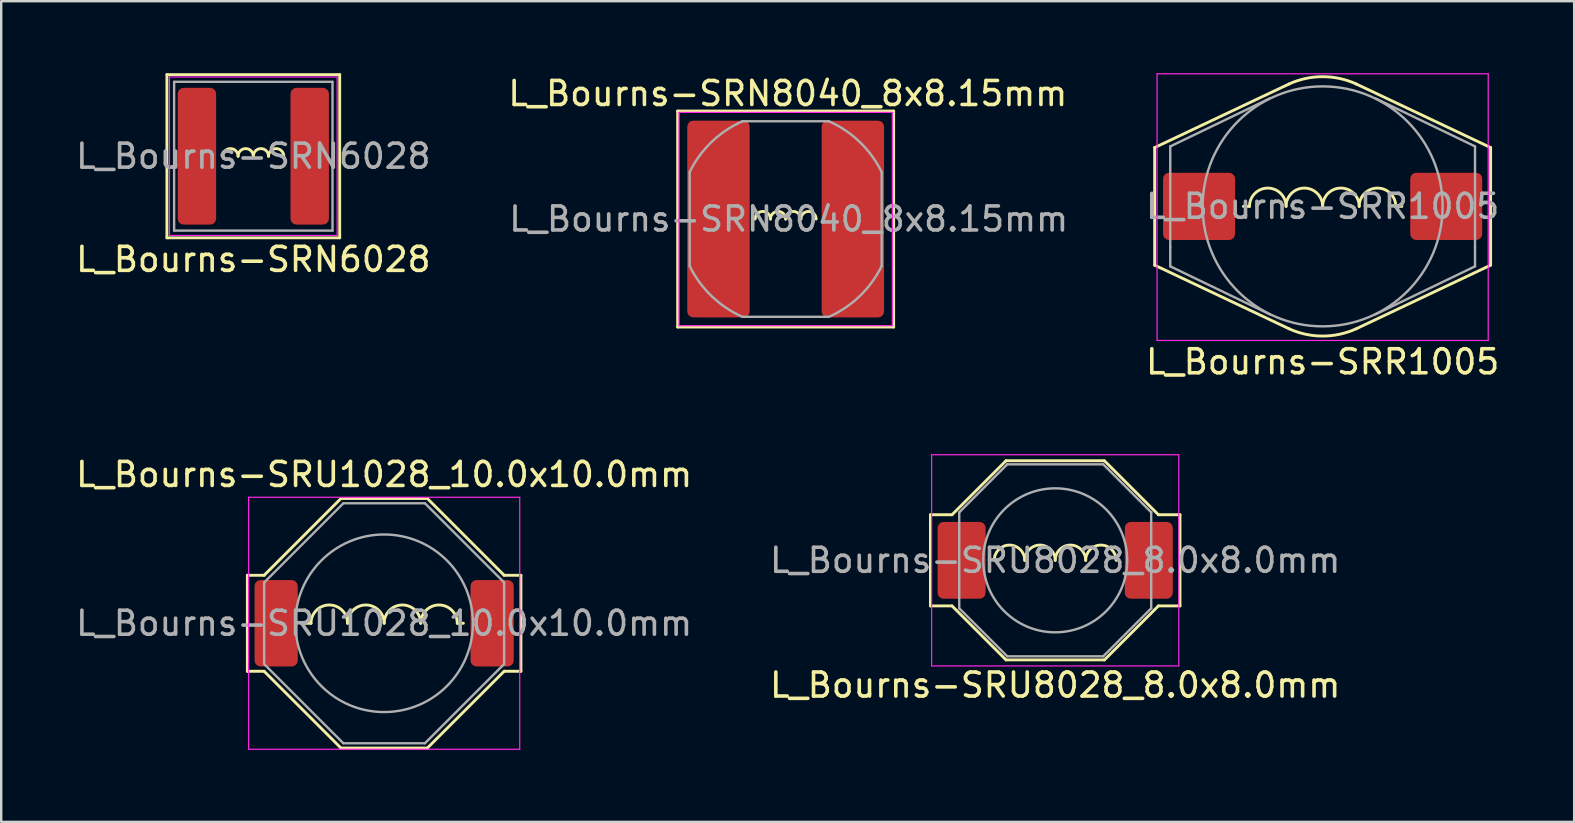
<source format=kicad_pcb>
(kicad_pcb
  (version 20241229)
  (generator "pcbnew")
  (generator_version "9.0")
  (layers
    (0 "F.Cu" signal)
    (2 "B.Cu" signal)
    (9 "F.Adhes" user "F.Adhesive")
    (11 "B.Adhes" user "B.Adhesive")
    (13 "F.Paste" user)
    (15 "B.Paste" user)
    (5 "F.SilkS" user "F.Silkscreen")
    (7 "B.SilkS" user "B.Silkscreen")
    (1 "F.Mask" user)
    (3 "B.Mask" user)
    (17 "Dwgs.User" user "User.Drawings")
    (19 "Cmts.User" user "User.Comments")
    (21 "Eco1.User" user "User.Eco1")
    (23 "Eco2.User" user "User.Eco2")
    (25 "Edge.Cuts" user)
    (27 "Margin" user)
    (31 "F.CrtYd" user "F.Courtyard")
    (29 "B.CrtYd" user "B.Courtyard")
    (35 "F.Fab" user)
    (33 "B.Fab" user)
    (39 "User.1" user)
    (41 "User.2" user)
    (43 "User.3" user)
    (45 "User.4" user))
  (footprint "L_Bourns-SRU8028_8.0x8.0mm"
    (layer "F.Cu")
    (at 40.923 20.3)
    (property "Reference" "L_Bourns-SRU8028_8.0x8.0mm" (at 0 5.2 0) (layer "F.SilkS") (effects (font (size 1 1) (thickness 0.15))))
    (attr smd)
    (fp_line (start -5.2 -1.9) (end -5.2 1.9) (stroke (width 0.12) (type solid)) (layer "F.SilkS"))
    (fp_line (start -5.2 1.9) (end -4.3 1.9) (stroke (width 0.12) (type solid)) (layer "F.SilkS"))
    (fp_line (start -4.3 -1.9) (end -5.2 -1.9) (stroke (width 0.12) (type solid)) (layer "F.SilkS"))
    (fp_line (start -2.05 -4.15) (end -4.3 -1.9) (stroke (width 0.12) (type solid)) (layer "F.SilkS"))
    (fp_line (start -2.05 -4.15) (end 2.05 -4.15) (stroke (width 0.12) (type solid)) (layer "F.SilkS"))
    (fp_line (start -2.05 4.15) (end -4.3 1.9) (stroke (width 0.12) (type solid)) (layer "F.SilkS"))
    (fp_line (start 2.05 -4.15) (end 4.3 -1.9) (stroke (width 0.12) (type solid)) (layer "F.SilkS"))
    (fp_line (start 2.05 4.15) (end -2.05 4.15) (stroke (width 0.12) (type solid)) (layer "F.SilkS"))
    (fp_line (start 2.05 4.15) (end 4.3 1.9) (stroke (width 0.12) (type solid)) (layer "F.SilkS"))
    (fp_line (start 4.3 -1.9) (end 5.2 -1.9) (stroke (width 0.12) (type solid)) (layer "F.SilkS"))
    (fp_line (start 5.2 -1.9) (end 5.2 1.9) (stroke (width 0.12) (type solid)) (layer "F.SilkS"))
    (fp_line (start 5.2 1.9) (end 4.3 1.9) (stroke (width 0.12) (type solid)) (layer "F.SilkS"))
    (fp_arc (start -2.54 0) (mid -1.905 -0.635) (end -1.27 0) (stroke (width 0.12) (type solid)) (layer "F.SilkS"))
    (fp_arc (start -1.27 0) (mid -0.635 -0.635) (end 0 0) (stroke (width 0.12) (type solid)) (layer "F.SilkS"))
    (fp_arc (start 0 0) (mid 0.635 -0.635) (end 1.27 0) (stroke (width 0.12) (type solid)) (layer "F.SilkS"))
    (fp_arc (start 1.27 0) (mid 1.905 -0.635) (end 2.54 0) (stroke (width 0.12) (type solid)) (layer "F.SilkS"))
    (fp_line (start -5.15 -4.4) (end 5.15 -4.4) (stroke (width 0.05) (type solid)) (layer "F.CrtYd"))
    (fp_line (start -5.15 4.4) (end -5.15 -4.4) (stroke (width 0.05) (type solid)) (layer "F.CrtYd"))
    (fp_line (start 5.15 -4.4) (end 5.15 4.4) (stroke (width 0.05) (type solid)) (layer "F.CrtYd"))
    (fp_line (start 5.15 4.4) (end -5.15 4.4) (stroke (width 0.05) (type solid)) (layer "F.CrtYd"))
    (fp_line (start -4 -2) (end -2 -4) (stroke (width 0.1) (type solid)) (layer "F.Fab"))
    (fp_line (start -4 2) (end -4 -2) (stroke (width 0.1) (type solid)) (layer "F.Fab"))
    (fp_line (start -2 -4) (end 2 -4) (stroke (width 0.1) (type solid)) (layer "F.Fab"))
    (fp_line (start -2 4) (end -4 2) (stroke (width 0.1) (type solid)) (layer "F.Fab"))
    (fp_line (start 2 -4) (end 4 -2) (stroke (width 0.1) (type solid)) (layer "F.Fab"))
    (fp_line (start 2 4) (end -2 4) (stroke (width 0.1) (type solid)) (layer "F.Fab"))
    (fp_line (start 4 -2) (end 4 2) (stroke (width 0.1) (type solid)) (layer "F.Fab"))
    (fp_line (start 4 2) (end 2 4) (stroke (width 0.1) (type solid)) (layer "F.Fab"))
    (fp_circle (center 0 0) (end 0 -3) (stroke (width 0.1) (type solid)) (fill no) (layer "F.Fab"))
    (fp_text user "${REFERENCE}" (at 0 0 0) (layer "F.Fab") (effects (font (size 1 1) (thickness 0.15))))
    (pad "1" smd roundrect (at -3.9 0) (size 2 3.2) (layers "F.Cu" "F.Mask" "F.Paste") (roundrect_rratio 0.125))
    (pad "2" smd roundrect (at 3.9 0) (size 2 3.2) (layers "F.Cu" "F.Mask" "F.Paste") (roundrect_rratio 0.125)))
  (footprint "L_Bourns-SRN6028"
    (layer "F.Cu")
    (at 7.506 3.46)
    (property "Reference" "L_Bourns-SRN6028" (at 0 4.3 0) (layer "F.SilkS") (effects (font (size 1 1) (thickness 0.15))))
    (attr smd)
    (fp_line (start -3.6 -3.4) (end -3.6 3.4) (stroke (width 0.12) (type solid)) (layer "F.SilkS"))
    (fp_line (start -3.6 3.4) (end 3.6 3.4) (stroke (width 0.12) (type solid)) (layer "F.SilkS"))
    (fp_line (start 3.6 -3.4) (end -3.6 -3.4) (stroke (width 0.12) (type solid)) (layer "F.SilkS"))
    (fp_line (start 3.6 3.4) (end 3.6 -3.4) (stroke (width 0.12) (type solid)) (layer "F.SilkS"))
    (fp_arc (start -1.27 0) (mid -0.9525 -0.3175) (end -0.635 0) (stroke (width 0.12) (type solid)) (layer "F.SilkS"))
    (fp_arc (start -0.635 0) (mid -0.3175 -0.3175) (end 0 0) (stroke (width 0.12) (type solid)) (layer "F.SilkS"))
    (fp_arc (start 0 0) (mid 0.3175 -0.3175) (end 0.635 0) (stroke (width 0.12) (type solid)) (layer "F.SilkS"))
    (fp_arc (start 0.635 0) (mid 0.9525 -0.3175) (end 1.27 0) (stroke (width 0.12) (type solid)) (layer "F.SilkS"))
    (fp_line (start -3.493 -3.3) (end -3.493 3.302) (stroke (width 0.05) (type solid)) (layer "F.CrtYd"))
    (fp_line (start -3.493 -3.3) (end -3.49 -3.302) (stroke (width 0.05) (type solid)) (layer "F.CrtYd"))
    (fp_line (start -3.49 -3.302) (end 3.493 -3.302) (stroke (width 0.05) (type solid)) (layer "F.CrtYd"))
    (fp_line (start 3.493 -3.302) (end 3.493 3.302) (stroke (width 0.05) (type solid)) (layer "F.CrtYd"))
    (fp_line (start 3.493 3.302) (end -3.493 3.302) (stroke (width 0.05) (type solid)) (layer "F.CrtYd"))
    (fp_line (start -3.3 -3.1) (end -3.3 3.1) (stroke (width 0.1) (type solid)) (layer "F.Fab"))
    (fp_line (start -3.3 -3.1) (end 3.3 -3.1) (stroke (width 0.1) (type solid)) (layer "F.Fab"))
    (fp_line (start 3.3 -3.1) (end 3.3 3.1) (stroke (width 0.1) (type solid)) (layer "F.Fab"))
    (fp_line (start 3.3 3.1) (end -3.3 3.1) (stroke (width 0.1) (type solid)) (layer "F.Fab"))
    (fp_text user "${REFERENCE}" (at 0 0 0) (layer "F.Fab") (effects (font (size 1 1) (thickness 0.15))))
    (pad "1" smd roundrect (at -2.35 0) (size 1.6 5.7) (layers "F.Cu" "F.Mask" "F.Paste") (roundrect_rratio 0.156))
    (pad "2" smd roundrect (at 2.35 0) (size 1.6 5.7) (layers "F.Cu" "F.Mask" "F.Paste") (roundrect_rratio 0.156)))
  (footprint "L_Bourns-SRR1005"
    (layer "F.Cu")
    (at 52.067 5.55)
    (property "Reference" "L_Bourns-SRR1005" (at 0 6.477 0) (layer "F.SilkS") (effects (font (size 1 1) (thickness 0.15))))
    (attr smd)
    (fp_line (start -7 -2.45) (end -7 2.45) (stroke (width 0.12) (type solid)) (layer "F.SilkS"))
    (fp_line (start -7 -2.45) (end -1.4 -5.1) (stroke (width 0.12) (type solid)) (layer "F.SilkS"))
    (fp_line (start -7 2.45) (end -1.4 5.1) (stroke (width 0.12) (type solid)) (layer "F.SilkS"))
    (fp_line (start -3.048 0) (end -3.302 0) (stroke (width 0.12) (type solid)) (layer "F.SilkS"))
    (fp_line (start 3.302 0) (end 3.048 0) (stroke (width 0.12) (type solid)) (layer "F.SilkS"))
    (fp_line (start 7 -2.45) (end 1.4 -5.1) (stroke (width 0.12) (type solid)) (layer "F.SilkS"))
    (fp_line (start 7 -2.45) (end 7 2.45) (stroke (width 0.12) (type solid)) (layer "F.SilkS"))
    (fp_line (start 7 2.45) (end 1.4 5.1) (stroke (width 0.12) (type solid)) (layer "F.SilkS"))
    (fp_arc (start -3.048 0) (mid -2.286 -0.762) (end -1.524 0) (stroke (width 0.12) (type solid)) (layer "F.SilkS"))
    (fp_arc (start -1.524 0) (mid -0.762 -0.762) (end 0 0) (stroke (width 0.12) (type solid)) (layer "F.SilkS"))
    (fp_arc (start -1.4 -5.099999) (mid -0.000001 -5.404331) (end 1.399999 -5.099999) (stroke (width 0.12) (type solid)) (layer "F.SilkS"))
    (fp_arc (start 0 0) (mid 0.762 -0.762) (end 1.524 0) (stroke (width 0.12) (type solid)) (layer "F.SilkS"))
    (fp_arc (start 1.4 5.099999) (mid 0.000001 5.404331) (end -1.399999 5.099999) (stroke (width 0.12) (type solid)) (layer "F.SilkS"))
    (fp_arc (start 1.524 0) (mid 2.286 -0.762) (end 3.048 0) (stroke (width 0.12) (type solid)) (layer "F.SilkS"))
    (fp_line (start -6.9 -5.524) (end -6.9 5.588) (stroke (width 0.05) (type solid)) (layer "F.CrtYd"))
    (fp_line (start -6.9 -5.524) (end 6.9 -5.524) (stroke (width 0.05) (type solid)) (layer "F.CrtYd"))
    (fp_line (start -6.9 5.588) (end 6.9 5.588) (stroke (width 0.05) (type solid)) (layer "F.CrtYd"))
    (fp_line (start 6.9 -5.524) (end 6.9 5.588) (stroke (width 0.05) (type solid)) (layer "F.CrtYd"))
    (fp_line (start -6.35 -2.5) (end -2.2 -4.5) (stroke (width 0.1) (type solid)) (layer "F.Fab"))
    (fp_line (start -6.35 1.7) (end -6.35 -2.5) (stroke (width 0.1) (type solid)) (layer "F.Fab"))
    (fp_line (start -6.35 2.5) (end -6.35 1.7) (stroke (width 0.1) (type solid)) (layer "F.Fab"))
    (fp_line (start -6.35 2.5) (end -2.2 4.5) (stroke (width 0.1) (type solid)) (layer "F.Fab"))
    (fp_line (start 6.35 -2.5) (end 2.2 -4.5) (stroke (width 0.1) (type solid)) (layer "F.Fab"))
    (fp_line (start 6.35 1.7) (end 6.35 -2.5) (stroke (width 0.1) (type solid)) (layer "F.Fab"))
    (fp_line (start 6.35 2.5) (end 2.2 4.5) (stroke (width 0.1) (type solid)) (layer "F.Fab"))
    (fp_line (start 6.35 2.5) (end 6.35 1.7) (stroke (width 0.1) (type solid)) (layer "F.Fab"))
    (fp_circle (center 0 0) (end 0 -5) (stroke (width 0.1) (type solid)) (fill no) (layer "F.Fab"))
    (fp_text user "${REFERENCE}" (at 0 0 0) (layer "F.Fab") (effects (font (size 1 1) (thickness 0.15))))
    (pad "1" smd roundrect (at -5.15 0) (size 3 2.8) (layers "F.Cu" "F.Mask" "F.Paste") (roundrect_rratio 0.089))
    (pad "2" smd roundrect (at 5.15 0) (size 3 2.8) (layers "F.Cu" "F.Mask" "F.Paste") (roundrect_rratio 0.089)))
  (footprint "L_Bourns-SRU1028_10.0x10.0mm"
    (layer "F.Cu")
    (at 12.958 22.923)
    (property "Reference" "L_Bourns-SRU1028_10.0x10.0mm" (at 0 -6.2 0) (layer "F.SilkS") (effects (font (size 1 1) (thickness 0.15))))
    (attr smd)
    (fp_line (start -5.7 -2) (end -5.7 2) (stroke (width 0.12) (type solid)) (layer "F.SilkS"))
    (fp_line (start -5.7 2) (end -5 2) (stroke (width 0.12) (type solid)) (layer "F.SilkS"))
    (fp_line (start -5 -2) (end -5.7 -2) (stroke (width 0.12) (type solid)) (layer "F.SilkS"))
    (fp_line (start -3.048 0) (end -3.302 0) (stroke (width 0.12) (type solid)) (layer "F.SilkS"))
    (fp_line (start -1.8 -5.2) (end -5 -2) (stroke (width 0.12) (type solid)) (layer "F.SilkS"))
    (fp_line (start -1.8 -5.2) (end 1.8 -5.2) (stroke (width 0.12) (type solid)) (layer "F.SilkS"))
    (fp_line (start -1.8 5.2) (end -5 2) (stroke (width 0.12) (type solid)) (layer "F.SilkS"))
    (fp_line (start 1.8 -5.2) (end 5 -2) (stroke (width 0.12) (type solid)) (layer "F.SilkS"))
    (fp_line (start 1.8 5.2) (end -1.8 5.2) (stroke (width 0.12) (type solid)) (layer "F.SilkS"))
    (fp_line (start 1.8 5.2) (end 5 2) (stroke (width 0.12) (type solid)) (layer "F.SilkS"))
    (fp_line (start 3.302 0) (end 3.048 0) (stroke (width 0.12) (type solid)) (layer "F.SilkS"))
    (fp_line (start 5 -2) (end 5.7 -2) (stroke (width 0.12) (type solid)) (layer "F.SilkS"))
    (fp_line (start 5.7 -2) (end 5.7 2) (stroke (width 0.12) (type solid)) (layer "F.SilkS"))
    (fp_line (start 5.7 2) (end 5 2) (stroke (width 0.12) (type solid)) (layer "F.SilkS"))
    (fp_arc (start -3.048 0) (mid -2.286 -0.762) (end -1.524 0) (stroke (width 0.12) (type solid)) (layer "F.SilkS"))
    (fp_arc (start -1.524 0) (mid -0.762 -0.762) (end 0 0) (stroke (width 0.12) (type solid)) (layer "F.SilkS"))
    (fp_arc (start 0 0) (mid 0.762 -0.762) (end 1.524 0) (stroke (width 0.12) (type solid)) (layer "F.SilkS"))
    (fp_arc (start 1.524 0) (mid 2.286 -0.762) (end 3.048 0) (stroke (width 0.12) (type solid)) (layer "F.SilkS"))
    (fp_line (start -5.65 -5.25) (end 5.65 -5.25) (stroke (width 0.05) (type solid)) (layer "F.CrtYd"))
    (fp_line (start -5.65 5.25) (end -5.65 -5.25) (stroke (width 0.05) (type solid)) (layer "F.CrtYd"))
    (fp_line (start 5.65 -5.25) (end 5.65 5.25) (stroke (width 0.05) (type solid)) (layer "F.CrtYd"))
    (fp_line (start 5.65 5.25) (end -5.65 5.25) (stroke (width 0.05) (type solid)) (layer "F.CrtYd"))
    (fp_line (start -5 -1.7) (end -1.7 -5) (stroke (width 0.1) (type solid)) (layer "F.Fab"))
    (fp_line (start -5 1.7) (end -5 -1.7) (stroke (width 0.1) (type solid)) (layer "F.Fab"))
    (fp_line (start -1.7 -5) (end 1.7 -5) (stroke (width 0.1) (type solid)) (layer "F.Fab"))
    (fp_line (start -1.7 5) (end -5 1.7) (stroke (width 0.1) (type solid)) (layer "F.Fab"))
    (fp_line (start 1.7 -5) (end 5 -1.7) (stroke (width 0.1) (type solid)) (layer "F.Fab"))
    (fp_line (start 1.7 5) (end -1.7 5) (stroke (width 0.1) (type solid)) (layer "F.Fab"))
    (fp_line (start 5 -1.7) (end 5 1.7) (stroke (width 0.1) (type solid)) (layer "F.Fab"))
    (fp_line (start 5 1.7) (end 1.7 5) (stroke (width 0.1) (type solid)) (layer "F.Fab"))
    (fp_circle (center 0 0) (end 3.7 0) (stroke (width 0.1) (type solid)) (fill no) (layer "F.Fab"))
    (fp_text user "${REFERENCE}" (at 0 0 0) (layer "F.Fab") (effects (font (size 1 1) (thickness 0.15))))
    (pad "1" smd roundrect (at -4.5 0) (size 1.8 3.6) (layers "F.Cu" "F.Mask" "F.Paste") (roundrect_rratio 0.139))
    (pad "2" smd roundrect (at 4.5 0) (size 1.8 3.6) (layers "F.Cu" "F.Mask" "F.Paste") (roundrect_rratio 0.139)))
  (footprint "L_Bourns-SRN8040_8x8.15mm"
    (layer "F.Cu")
    (at 29.69 6.078)
    (property "Reference" "L_Bourns-SRN8040_8x8.15mm" (at 0.09 -5.23 0) (layer "F.SilkS") (effects (font (size 1 1) (thickness 0.15))))
    (attr smd)
    (fp_line (start -4.5 -4.5) (end -4.5 4.5) (stroke (width 0.12) (type solid)) (layer "F.SilkS"))
    (fp_line (start -4.5 4.5) (end 4.5 4.5) (stroke (width 0.12) (type solid)) (layer "F.SilkS"))
    (fp_line (start 4.5 -4.5) (end -4.5 -4.5) (stroke (width 0.12) (type solid)) (layer "F.SilkS"))
    (fp_line (start 4.5 4.5) (end 4.5 -4.5) (stroke (width 0.12) (type solid)) (layer "F.SilkS"))
    (fp_arc (start -1.27 0) (mid -0.9525 -0.3175) (end -0.635 0) (stroke (width 0.12) (type solid)) (layer "F.SilkS"))
    (fp_arc (start -0.635 0) (mid -0.3175 -0.3175) (end 0 0) (stroke (width 0.12) (type solid)) (layer "F.SilkS"))
    (fp_arc (start 0 0) (mid 0.3175 -0.3175) (end 0.635 0) (stroke (width 0.12) (type solid)) (layer "F.SilkS"))
    (fp_arc (start 0.635 0) (mid 0.9525 -0.3175) (end 1.27 0) (stroke (width 0.12) (type solid)) (layer "F.SilkS"))
    (fp_line (start -4.445 -4.445) (end -4.445 4.445) (stroke (width 0.05) (type solid)) (layer "F.CrtYd"))
    (fp_line (start -4.445 -4.445) (end 4.445 -4.445) (stroke (width 0.05) (type solid)) (layer "F.CrtYd"))
    (fp_line (start -4.445 4.445) (end 4.445 4.445) (stroke (width 0.05) (type solid)) (layer "F.CrtYd"))
    (fp_line (start 4.445 -4.445) (end 4.445 4.445) (stroke (width 0.05) (type solid)) (layer "F.CrtYd"))
    (fp_line (start -4 -1.96) (end -4 1.96) (stroke (width 0.1) (type solid)) (layer "F.Fab"))
    (fp_line (start -1.8 -4.075) (end 1.8 -4.075) (stroke (width 0.1) (type solid)) (layer "F.Fab"))
    (fp_line (start 1.8 4.075) (end -1.8 4.075) (stroke (width 0.1) (type solid)) (layer "F.Fab"))
    (fp_line (start 4 -1.96) (end 4 1.96) (stroke (width 0.1) (type solid)) (layer "F.Fab"))
    (fp_arc (start -3.99824 -1.964613) (mid -3.085179 -3.213611) (end -1.8 -4.075) (stroke (width 0.1) (type solid)) (layer "F.Fab"))
    (fp_arc (start -1.804314 4.072598) (mid -3.088411 3.209878) (end -4 1.96) (stroke (width 0.1) (type solid)) (layer "F.Fab"))
    (fp_arc (start 1.799817 -4.074587) (mid 3.086639 -3.211582) (end 4 -1.96) (stroke (width 0.1) (type solid)) (layer "F.Fab"))
    (fp_arc (start 3.99824 1.964613) (mid 3.085179 3.213611) (end 1.8 4.075) (stroke (width 0.1) (type solid)) (layer "F.Fab"))
    (fp_text user "${REFERENCE}" (at 0.127 0 0) (layer "F.Fab") (effects (font (size 1 1) (thickness 0.15))))
    (pad "1" smd roundrect (at -2.8 0) (size 2.6 8.2) (layers "F.Cu" "F.Mask" "F.Paste") (roundrect_rratio 0.096))
    (pad "2" smd roundrect (at 2.8 0) (size 2.6 8.2) (layers "F.Cu" "F.Mask" "F.Paste") (roundrect_rratio 0.096)))
  (gr_rect
    (start -3 -3)
    (end 62.549 31.198)
    (stroke (width 0.1) (type default))
    (fill no)
    (layer "Edge.Cuts")))
</source>
